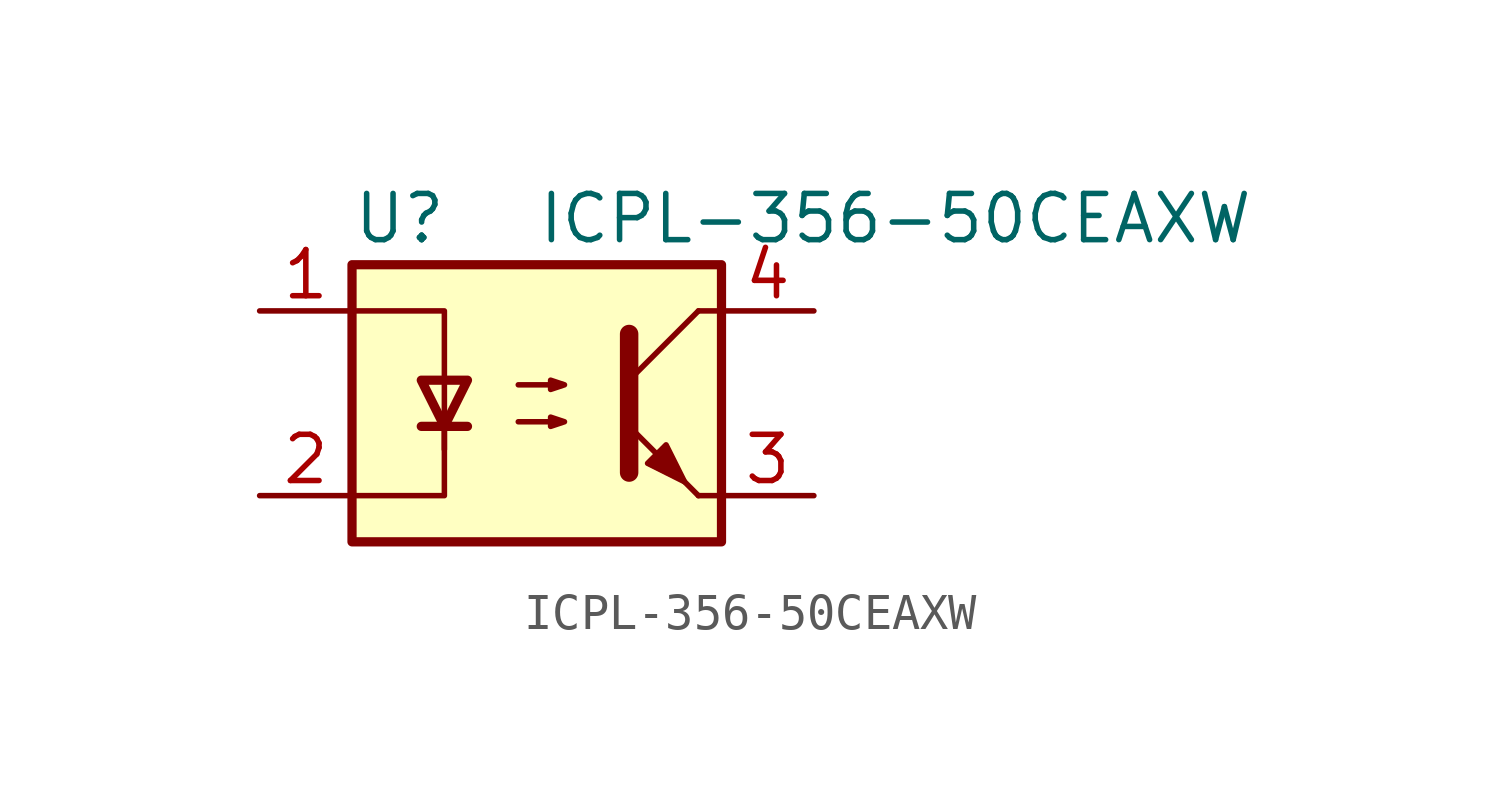
<source format=kicad_sym>
(kicad_symbol_lib
  (version 20231120)
  (generator "CDFER_Archive_Tool")
  (generator_version "0.0")
  (symbol "ICPL-356-50CEAXW"
    (pin_names
      (offset 1.016))
    (property "Reference" "U"
      (at -5.08 5.08 0)
      (effects (font (size 1.27 1.27)) (justify left)))
    (property "Value" "ICPL-356-50CEAXW"
      (at 0 5.08 0)
      (effects (font (size 1.27 1.27)) (justify left)))
    (symbol "ICPL-356-50CEAXW_0_1"
      (rectangle (start -5.08 3.81) (end 5.08 -3.81) (stroke (width 0.254) (type default)) (fill (type background)))
      (polyline (pts (xy -3.175 -0.635) (xy -1.905 -0.635)) (stroke (width 0.254) (type default)) (fill (type none)))
      (polyline (pts (xy 2.54 0.635) (xy 4.445 2.54)) (stroke (width 0) (type default)) (fill (type none)))
      (polyline (pts (xy 4.445 -2.54) (xy 2.54 -0.635)) (stroke (width 0) (type default)) (fill (type outline)))
      (polyline (pts (xy 4.445 -2.54) (xy 5.08 -2.54)) (stroke (width 0) (type default)) (fill (type none)))
      (polyline (pts (xy 4.445 2.54) (xy 5.08 2.54)) (stroke (width 0) (type default)) (fill (type none)))
      (polyline (pts (xy -2.54 -0.635) (xy -2.54 -2.54) (xy -5.08 -2.54)) (stroke (width 0) (type default)) (fill (type none)))
      (polyline (pts (xy 2.54 1.905) (xy 2.54 -1.905) (xy 2.54 -1.905)) (stroke (width 0.508) (type default)) (fill (type none)))
      (polyline (pts (xy -5.08 2.54) (xy -2.54 2.54) (xy -2.54 -1.27) (xy -2.54 0.635)) (stroke (width 0) (type default)) (fill (type none)))
      (polyline (pts (xy -2.54 -0.635) (xy -3.175 0.635) (xy -1.905 0.635) (xy -2.54 -0.635)) (stroke (width 0.254) (type default)) (fill (type none)))
      (polyline (pts (xy -0.508 -0.508) (xy 0.762 -0.508) (xy 0.381 -0.635) (xy 0.381 -0.381) (xy 0.762 -0.508)) (stroke (width 0) (type default)) (fill (type none)))
      (polyline (pts (xy -0.508 0.508) (xy 0.762 0.508) (xy 0.381 0.381) (xy 0.381 0.635) (xy 0.762 0.508)) (stroke (width 0) (type default)) (fill (type none)))
      (polyline (pts (xy 3.048 -1.651) (xy 3.556 -1.143) (xy 4.064 -2.159) (xy 3.048 -1.651) (xy 3.048 -1.651)) (stroke (width 0) (type default)) (fill (type outline))))
    (symbol "ICPL-356-50CEAXW_1_1"
      (pin passive line (at -7.62 2.54 0) (length 2.54) (name "~" (effects (font (size 1.27 1.27)))) (number "1" (effects (font (size 1.27 1.27)))))
      (pin passive line (at -7.62 -2.54 0) (length 2.54) (name "~" (effects (font (size 1.27 1.27)))) (number "2" (effects (font (size 1.27 1.27)))))
      (pin passive line (at 7.62 -2.54 180) (length 2.54) (name "~" (effects (font (size 1.27 1.27)))) (number "3" (effects (font (size 1.27 1.27)))))
      (pin passive line (at 7.62 2.54 180) (length 2.54) (name "~" (effects (font (size 1.27 1.27)))) (number "4" (effects (font (size 1.27 1.27))))))))
</source>
